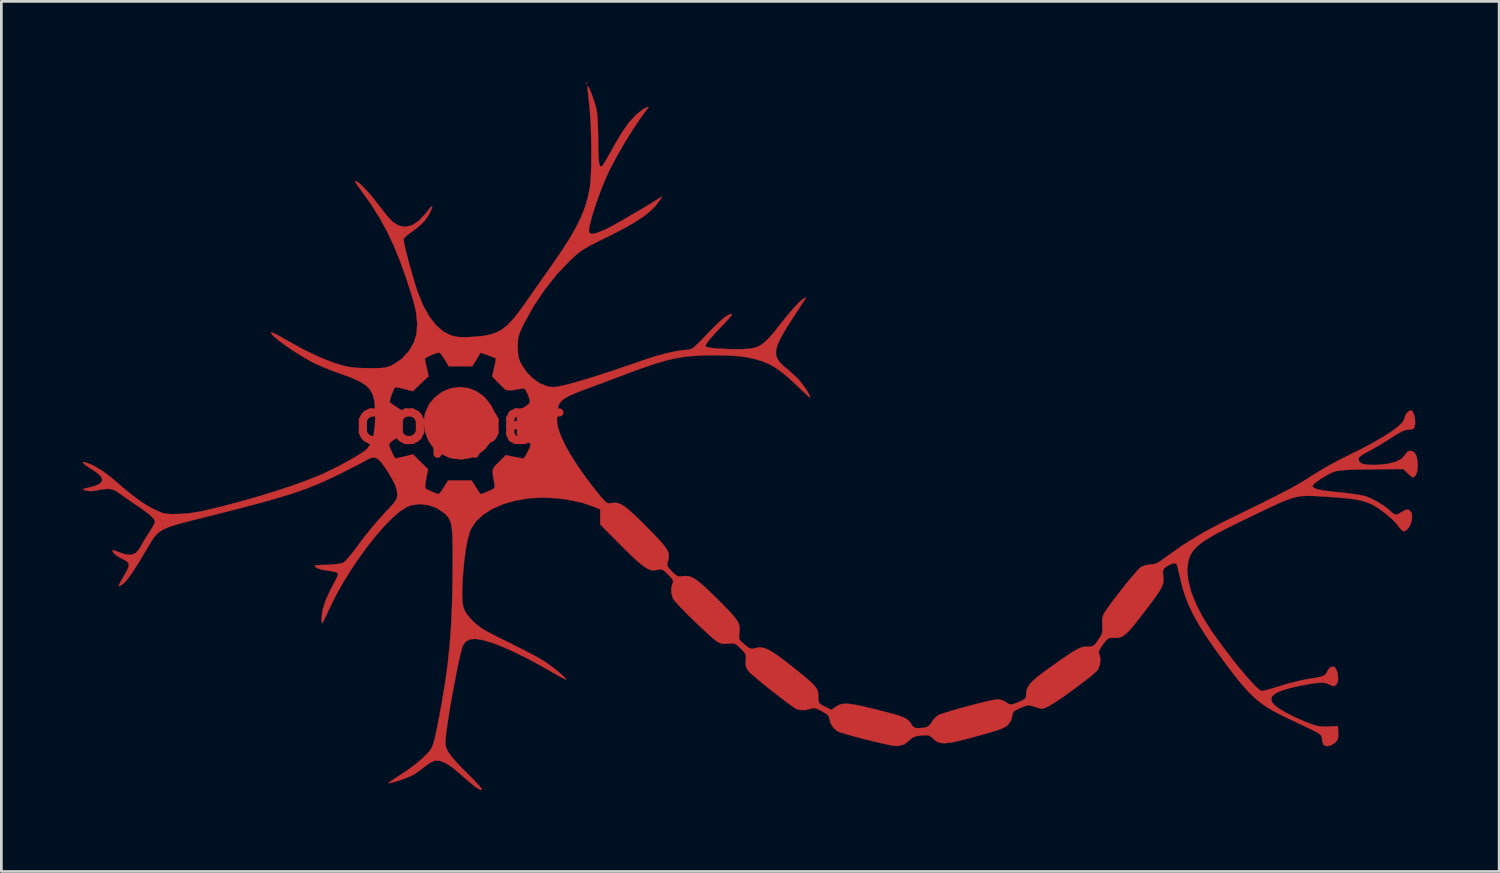
<source format=kicad_pcb>
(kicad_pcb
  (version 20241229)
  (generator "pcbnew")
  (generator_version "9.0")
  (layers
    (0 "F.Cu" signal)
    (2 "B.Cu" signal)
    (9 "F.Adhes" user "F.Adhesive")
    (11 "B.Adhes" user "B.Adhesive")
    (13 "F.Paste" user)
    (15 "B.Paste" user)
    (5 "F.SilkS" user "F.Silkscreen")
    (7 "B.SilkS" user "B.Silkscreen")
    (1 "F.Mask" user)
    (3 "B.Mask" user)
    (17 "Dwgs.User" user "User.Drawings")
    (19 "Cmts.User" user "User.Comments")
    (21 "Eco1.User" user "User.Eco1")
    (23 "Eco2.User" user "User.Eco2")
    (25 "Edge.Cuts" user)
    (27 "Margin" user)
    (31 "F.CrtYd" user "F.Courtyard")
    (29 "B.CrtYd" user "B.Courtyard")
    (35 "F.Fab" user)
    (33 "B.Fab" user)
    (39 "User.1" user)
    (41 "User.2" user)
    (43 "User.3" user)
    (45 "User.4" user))
  (footprint "copper"
    (layer "F.Cu")
    (at 13.9 12.502)
    (property "Reference" "copper" (at 0 0 0) (layer "F.Cu") (effects (font (size 1.524 1.524) (thickness 0.3))))
    (attr through_hole)
    (fp_poly (pts (xy 4.724 -12.471) (xy 4.699 -12.446) (xy 4.674 -12.471) (xy 4.699 -12.497) (xy 4.724 -12.471)) (stroke (width 0.01) (type solid)) (fill yes) (layer "F.Cu"))
    (fp_poly (pts (xy 0.339 -1.226) (xy 0.649 -1.105) (xy 0.925 -0.903) (xy 1.154 -0.623) (xy 1.194 -0.555) (xy 1.28 -0.382) (xy 1.326 -0.229) (xy 1.342 -0.049) (xy 1.343 0.076) (xy 1.295 0.432) (xy 1.166 0.747) (xy 0.969 1.011) (xy 0.717 1.215) (xy 0.423 1.35) (xy 0.1 1.407) (xy -0.24 1.375) (xy -0.39 1.331) (xy -0.706 1.183) (xy -0.948 0.984) (xy -1.134 0.719) (xy -1.27 0.372) (xy -1.31 0.023) (xy -1.255 -0.317) (xy -1.107 -0.633) (xy -0.922 -0.861) (xy -0.634 -1.084) (xy -0.318 -1.218) (xy 0.012 -1.264) (xy 0.339 -1.226)) (stroke (width 0.01) (type solid)) (fill yes) (layer "F.Cu"))
    (fp_poly (pts (xy 4.772 -12.351) (xy 4.822 -12.247) (xy 4.884 -12.093) (xy 4.95 -11.91) (xy 5.011 -11.723) (xy 5.059 -11.553) (xy 5.074 -11.491) (xy 5.093 -11.347) (xy 5.11 -11.126) (xy 5.123 -10.853) (xy 5.13 -10.551) (xy 5.132 -10.373) (xy 5.135 -10.015) (xy 5.144 -9.748) (xy 5.161 -9.564) (xy 5.187 -9.454) (xy 5.223 -9.408) (xy 5.272 -9.416) (xy 5.273 -9.417) (xy 5.314 -9.471) (xy 5.394 -9.598) (xy 5.502 -9.784) (xy 5.631 -10.011) (xy 5.72 -10.173) (xy 5.997 -10.646) (xy 6.263 -11.022) (xy 6.52 -11.308) (xy 6.773 -11.508) (xy 6.86 -11.558) (xy 6.967 -11.607) (xy 6.993 -11.6) (xy 6.979 -11.578) (xy 6.704 -11.207) (xy 6.409 -10.768) (xy 6.109 -10.286) (xy 5.822 -9.787) (xy 5.563 -9.297) (xy 5.562 -9.294) (xy 5.438 -9.031) (xy 5.311 -8.731) (xy 5.187 -8.411) (xy 5.071 -8.088) (xy 4.968 -7.776) (xy 4.883 -7.493) (xy 4.823 -7.256) (xy 4.792 -7.079) (xy 4.795 -6.981) (xy 4.842 -6.927) (xy 4.933 -6.917) (xy 5.083 -6.954) (xy 5.305 -7.04) (xy 5.334 -7.053) (xy 5.476 -7.121) (xy 5.686 -7.233) (xy 5.947 -7.378) (xy 6.241 -7.546) (xy 6.551 -7.727) (xy 6.857 -7.909) (xy 7.143 -8.084) (xy 7.366 -8.224) (xy 7.493 -8.306) (xy 7.398 -8.153) (xy 7.248 -7.952) (xy 7.051 -7.755) (xy 6.798 -7.554) (xy 6.478 -7.345) (xy 6.083 -7.12) (xy 5.604 -6.873) (xy 5.418 -6.782) (xy 5.102 -6.627) (xy 4.858 -6.503) (xy 4.669 -6.397) (xy 4.514 -6.297) (xy 4.374 -6.191) (xy 4.231 -6.067) (xy 4.087 -5.932) (xy 3.609 -5.431) (xy 3.153 -4.855) (xy 2.738 -4.234) (xy 2.385 -3.595) (xy 2.341 -3.505) (xy 2.246 -3.294) (xy 2.191 -3.127) (xy 2.166 -2.961) (xy 2.16 -2.752) (xy 2.16 -2.743) (xy 2.169 -2.512) (xy 2.199 -2.338) (xy 2.26 -2.178) (xy 2.295 -2.106) (xy 2.484 -1.822) (xy 2.721 -1.581) (xy 2.986 -1.398) (xy 3.26 -1.287) (xy 3.448 -1.261) (xy 3.611 -1.276) (xy 3.851 -1.323) (xy 4.17 -1.404) (xy 4.571 -1.519) (xy 5.057 -1.67) (xy 5.63 -1.856) (xy 6.292 -2.08) (xy 6.943 -2.304) (xy 7.267 -2.407) (xy 7.606 -2.499) (xy 7.931 -2.572) (xy 8.217 -2.622) (xy 8.437 -2.642) (xy 8.449 -2.642) (xy 8.519 -2.651) (xy 8.595 -2.686) (xy 8.691 -2.757) (xy 8.819 -2.875) (xy 8.993 -3.05) (xy 9.165 -3.23) (xy 9.431 -3.504) (xy 9.642 -3.706) (xy 9.808 -3.845) (xy 9.938 -3.927) (xy 10.041 -3.961) (xy 10.067 -3.962) (xy 10.061 -3.929) (xy 9.994 -3.839) (xy 9.878 -3.706) (xy 9.748 -3.569) (xy 9.484 -3.292) (xy 9.291 -3.077) (xy 9.166 -2.919) (xy 9.103 -2.813) (xy 9.093 -2.772) (xy 9.141 -2.742) (xy 9.27 -2.716) (xy 9.462 -2.694) (xy 9.697 -2.676) (xy 9.955 -2.665) (xy 10.217 -2.66) (xy 10.463 -2.664) (xy 10.674 -2.676) (xy 10.792 -2.69) (xy 10.955 -2.729) (xy 11.104 -2.796) (xy 11.254 -2.901) (xy 11.418 -3.056) (xy 11.609 -3.272) (xy 11.839 -3.561) (xy 11.875 -3.607) (xy 12.128 -3.924) (xy 12.352 -4.186) (xy 12.54 -4.383) (xy 12.683 -4.507) (xy 12.724 -4.533) (xy 12.79 -4.565) (xy 12.79 -4.54) (xy 12.743 -4.465) (xy 12.684 -4.375) (xy 12.584 -4.222) (xy 12.457 -4.028) (xy 12.328 -3.831) (xy 12.082 -3.447) (xy 11.897 -3.131) (xy 11.771 -2.872) (xy 11.704 -2.659) (xy 11.694 -2.478) (xy 11.741 -2.32) (xy 11.843 -2.171) (xy 11.998 -2.02) (xy 12.138 -1.907) (xy 12.524 -1.558) (xy 12.815 -1.176) (xy 12.904 -1.016) (xy 12.944 -0.931) (xy 12.958 -0.886) (xy 12.935 -0.886) (xy 12.868 -0.939) (xy 12.748 -1.049) (xy 12.567 -1.223) (xy 12.491 -1.296) (xy 12.18 -1.587) (xy 11.914 -1.81) (xy 11.676 -1.98) (xy 11.447 -2.108) (xy 11.208 -2.208) (xy 11.147 -2.229) (xy 10.863 -2.312) (xy 10.568 -2.372) (xy 10.241 -2.411) (xy 9.858 -2.431) (xy 9.423 -2.437) (xy 9.009 -2.432) (xy 8.641 -2.413) (xy 8.3 -2.378) (xy 7.966 -2.321) (xy 7.621 -2.24) (xy 7.245 -2.129) (xy 6.819 -1.986) (xy 6.323 -1.805) (xy 6.226 -1.768) (xy 5.88 -1.638) (xy 5.494 -1.494) (xy 5.11 -1.35) (xy 4.766 -1.223) (xy 4.676 -1.189) (xy 4.333 -1.058) (xy 4.074 -0.947) (xy 3.888 -0.844) (xy 3.762 -0.738) (xy 3.683 -0.619) (xy 3.639 -0.476) (xy 3.619 -0.297) (xy 3.616 -0.24) (xy 3.611 -0.033) (xy 3.628 0.138) (xy 3.674 0.315) (xy 3.754 0.537) (xy 3.898 0.854) (xy 4.105 1.224) (xy 4.364 1.632) (xy 4.665 2.061) (xy 4.996 2.493) (xy 5.024 2.529) (xy 5.196 2.74) (xy 5.319 2.884) (xy 5.407 2.973) (xy 5.474 3.017) (xy 5.536 3.029) (xy 5.605 3.021) (xy 5.615 3.019) (xy 5.734 3.005) (xy 5.848 3.017) (xy 5.968 3.06) (xy 6.106 3.144) (xy 6.272 3.276) (xy 6.478 3.463) (xy 6.735 3.713) (xy 6.897 3.874) (xy 7.18 4.161) (xy 7.397 4.39) (xy 7.555 4.572) (xy 7.66 4.719) (xy 7.72 4.842) (xy 7.742 4.952) (xy 7.733 5.061) (xy 7.709 5.156) (xy 7.681 5.264) (xy 7.691 5.344) (xy 7.749 5.431) (xy 7.852 5.542) (xy 7.978 5.662) (xy 8.074 5.719) (xy 8.171 5.728) (xy 8.215 5.722) (xy 8.354 5.709) (xy 8.483 5.723) (xy 8.616 5.77) (xy 8.764 5.86) (xy 8.94 6) (xy 9.158 6.198) (xy 9.431 6.462) (xy 9.465 6.495) (xy 9.749 6.778) (xy 9.968 7.003) (xy 10.129 7.181) (xy 10.24 7.324) (xy 10.31 7.443) (xy 10.345 7.552) (xy 10.355 7.66) (xy 10.346 7.781) (xy 10.345 7.792) (xy 10.331 7.944) (xy 10.344 8.042) (xy 10.401 8.124) (xy 10.518 8.227) (xy 10.535 8.242) (xy 10.668 8.347) (xy 10.76 8.394) (xy 10.847 8.396) (xy 10.93 8.374) (xy 11.059 8.347) (xy 11.191 8.353) (xy 11.337 8.397) (xy 11.511 8.485) (xy 11.725 8.625) (xy 11.991 8.821) (xy 12.243 9.017) (xy 12.555 9.265) (xy 12.796 9.462) (xy 12.975 9.617) (xy 13.1 9.741) (xy 13.183 9.845) (xy 13.23 9.938) (xy 13.252 10.032) (xy 13.259 10.136) (xy 13.259 10.16) (xy 13.263 10.309) (xy 13.292 10.398) (xy 13.367 10.464) (xy 13.496 10.533) (xy 13.733 10.653) (xy 13.91 10.534) (xy 14.01 10.475) (xy 14.117 10.438) (xy 14.245 10.423) (xy 14.41 10.432) (xy 14.625 10.465) (xy 14.904 10.523) (xy 15.263 10.608) (xy 15.387 10.639) (xy 15.766 10.734) (xy 16.059 10.814) (xy 16.279 10.883) (xy 16.437 10.947) (xy 16.549 11.011) (xy 16.625 11.081) (xy 16.68 11.161) (xy 16.688 11.177) (xy 16.76 11.281) (xy 16.858 11.323) (xy 16.956 11.328) (xy 17.166 11.314) (xy 17.305 11.267) (xy 17.403 11.172) (xy 17.443 11.106) (xy 17.547 10.966) (xy 17.674 10.857) (xy 17.679 10.854) (xy 17.779 10.811) (xy 17.959 10.751) (xy 18.199 10.678) (xy 18.478 10.598) (xy 18.778 10.516) (xy 19.079 10.437) (xy 19.361 10.367) (xy 19.604 10.311) (xy 19.789 10.274) (xy 19.894 10.262) (xy 20.05 10.294) (xy 20.181 10.363) (xy 20.271 10.429) (xy 20.347 10.456) (xy 20.438 10.444) (xy 20.578 10.394) (xy 20.669 10.356) (xy 20.82 10.287) (xy 20.899 10.226) (xy 20.927 10.151) (xy 20.93 10.097) (xy 20.94 9.963) (xy 20.977 9.841) (xy 21.051 9.718) (xy 21.173 9.585) (xy 21.351 9.43) (xy 21.597 9.242) (xy 21.877 9.04) (xy 22.2 8.812) (xy 22.453 8.638) (xy 22.649 8.509) (xy 22.802 8.42) (xy 22.924 8.364) (xy 23.027 8.332) (xy 23.124 8.32) (xy 23.205 8.319) (xy 23.33 8.315) (xy 23.416 8.284) (xy 23.495 8.207) (xy 23.594 8.067) (xy 23.691 7.912) (xy 23.738 7.793) (xy 23.748 7.664) (xy 23.738 7.544) (xy 23.737 7.291) (xy 23.784 7.13) (xy 23.856 7.012) (xy 23.976 6.838) (xy 24.132 6.626) (xy 24.311 6.391) (xy 24.501 6.148) (xy 24.69 5.913) (xy 24.865 5.703) (xy 25.013 5.532) (xy 25.122 5.417) (xy 25.169 5.378) (xy 25.326 5.315) (xy 25.506 5.284) (xy 25.531 5.283) (xy 25.651 5.272) (xy 25.768 5.231) (xy 25.908 5.147) (xy 26.09 5.013) (xy 26.73 4.56) (xy 27.446 4.122) (xy 28.21 3.716) (xy 28.296 3.674) (xy 28.858 3.4) (xy 29.338 3.165) (xy 29.746 2.964) (xy 30.09 2.791) (xy 30.381 2.642) (xy 30.627 2.513) (xy 30.839 2.397) (xy 31.026 2.29) (xy 31.197 2.187) (xy 31.362 2.083) (xy 31.445 2.029) (xy 31.741 1.846) (xy 32.076 1.65) (xy 32.412 1.466) (xy 32.706 1.317) (xy 32.709 1.316) (xy 33.237 1.056) (xy 33.702 0.81) (xy 34.098 0.581) (xy 34.421 0.373) (xy 34.665 0.188) (xy 34.825 0.031) (xy 34.896 -0.096) (xy 34.9 -0.123) (xy 34.936 -0.242) (xy 35.022 -0.349) (xy 35.124 -0.405) (xy 35.141 -0.406) (xy 35.198 -0.361) (xy 35.248 -0.246) (xy 35.282 -0.095) (xy 35.291 0.06) (xy 35.283 0.13) (xy 35.252 0.246) (xy 35.194 0.294) (xy 35.074 0.305) (xy 35.061 0.305) (xy 34.949 0.319) (xy 34.816 0.368) (xy 34.643 0.461) (xy 34.411 0.607) (xy 34.39 0.62) (xy 34.15 0.772) (xy 33.895 0.925) (xy 33.665 1.056) (xy 33.553 1.115) (xy 33.355 1.224) (xy 33.241 1.31) (xy 33.199 1.383) (xy 33.198 1.395) (xy 33.233 1.5) (xy 33.342 1.57) (xy 33.533 1.606) (xy 33.812 1.612) (xy 33.917 1.608) (xy 34.285 1.568) (xy 34.577 1.494) (xy 34.786 1.388) (xy 34.905 1.253) (xy 34.907 1.249) (xy 35.004 1.121) (xy 35.125 1.085) (xy 35.252 1.144) (xy 35.27 1.161) (xy 35.337 1.283) (xy 35.376 1.464) (xy 35.386 1.666) (xy 35.365 1.854) (xy 35.313 1.992) (xy 35.294 2.015) (xy 35.236 2.063) (xy 35.181 2.062) (xy 35.102 2.002) (xy 35.029 1.933) (xy 34.852 1.762) (xy 33.695 1.772) (xy 33.274 1.777) (xy 32.942 1.786) (xy 32.687 1.8) (xy 32.499 1.818) (xy 32.363 1.842) (xy 32.309 1.857) (xy 32.16 1.921) (xy 31.983 2.016) (xy 31.804 2.126) (xy 31.649 2.236) (xy 31.542 2.328) (xy 31.509 2.374) (xy 31.519 2.432) (xy 31.596 2.482) (xy 31.749 2.526) (xy 31.984 2.566) (xy 32.31 2.604) (xy 32.454 2.618) (xy 32.743 2.649) (xy 33.019 2.685) (xy 33.255 2.722) (xy 33.424 2.757) (xy 33.456 2.766) (xy 33.655 2.845) (xy 33.886 2.965) (xy 34.115 3.106) (xy 34.308 3.248) (xy 34.412 3.345) (xy 34.525 3.436) (xy 34.64 3.439) (xy 34.782 3.354) (xy 34.784 3.353) (xy 34.94 3.265) (xy 35.063 3.269) (xy 35.148 3.365) (xy 35.156 3.384) (xy 35.178 3.539) (xy 35.149 3.714) (xy 35.082 3.879) (xy 34.989 4.005) (xy 34.883 4.063) (xy 34.867 4.064) (xy 34.801 4.025) (xy 34.711 3.925) (xy 34.663 3.858) (xy 34.561 3.735) (xy 34.402 3.58) (xy 34.215 3.419) (xy 34.128 3.352) (xy 33.926 3.207) (xy 33.737 3.092) (xy 33.544 3.003) (xy 33.331 2.935) (xy 33.08 2.883) (xy 32.774 2.843) (xy 32.396 2.811) (xy 32.07 2.789) (xy 31.764 2.769) (xy 31.513 2.756) (xy 31.301 2.752) (xy 31.113 2.761) (xy 30.936 2.786) (xy 30.753 2.833) (xy 30.551 2.904) (xy 30.314 3.002) (xy 30.028 3.132) (xy 29.678 3.298) (xy 29.286 3.485) (xy 28.765 3.736) (xy 28.329 3.952) (xy 27.97 4.14) (xy 27.679 4.306) (xy 27.449 4.454) (xy 27.272 4.591) (xy 27.138 4.723) (xy 27.041 4.856) (xy 26.97 4.994) (xy 26.92 5.145) (xy 26.918 5.151) (xy 26.876 5.481) (xy 26.911 5.863) (xy 27.02 6.288) (xy 27.2 6.746) (xy 27.447 7.227) (xy 27.759 7.722) (xy 27.776 7.747) (xy 28.025 8.098) (xy 28.282 8.445) (xy 28.539 8.779) (xy 28.788 9.09) (xy 29.021 9.368) (xy 29.229 9.604) (xy 29.404 9.787) (xy 29.538 9.908) (xy 29.623 9.956) (xy 29.629 9.957) (xy 29.716 9.942) (xy 29.877 9.9) (xy 30.09 9.839) (xy 30.331 9.764) (xy 30.349 9.759) (xy 30.638 9.673) (xy 30.946 9.594) (xy 31.233 9.531) (xy 31.42 9.499) (xy 31.671 9.46) (xy 31.841 9.42) (xy 31.949 9.368) (xy 32.017 9.296) (xy 32.059 9.208) (xy 32.139 9.091) (xy 32.243 9.053) (xy 32.33 9.089) (xy 32.394 9.193) (xy 32.436 9.354) (xy 32.446 9.527) (xy 32.433 9.62) (xy 32.368 9.744) (xy 32.262 9.776) (xy 32.123 9.718) (xy 32.023 9.671) (xy 31.894 9.649) (xy 31.719 9.653) (xy 31.481 9.682) (xy 31.166 9.738) (xy 31.09 9.753) (xy 30.673 9.845) (xy 30.356 9.942) (xy 30.136 10.043) (xy 30.009 10.152) (xy 29.974 10.269) (xy 30.028 10.397) (xy 30.111 10.488) (xy 30.272 10.609) (xy 30.511 10.751) (xy 30.806 10.902) (xy 31.138 11.052) (xy 31.315 11.124) (xy 31.541 11.208) (xy 31.718 11.254) (xy 31.89 11.271) (xy 32.077 11.268) (xy 32.436 11.252) (xy 32.451 11.493) (xy 32.451 11.658) (xy 32.415 11.769) (xy 32.339 11.861) (xy 32.178 11.966) (xy 32.058 11.989) (xy 31.966 11.98) (xy 31.909 11.94) (xy 31.873 11.845) (xy 31.843 11.673) (xy 31.841 11.659) (xy 31.831 11.621) (xy 31.806 11.583) (xy 31.756 11.541) (xy 31.67 11.487) (xy 31.536 11.415) (xy 31.344 11.321) (xy 31.084 11.197) (xy 30.745 11.037) (xy 30.667 11.001) (xy 30.329 10.838) (xy 30.037 10.684) (xy 29.78 10.53) (xy 29.547 10.363) (xy 29.325 10.174) (xy 29.103 9.952) (xy 28.869 9.686) (xy 28.612 9.366) (xy 28.32 8.98) (xy 28.048 8.611) (xy 27.675 8.082) (xy 27.368 7.61) (xy 27.12 7.178) (xy 26.925 6.772) (xy 26.775 6.38) (xy 26.661 5.986) (xy 26.64 5.894) (xy 26.586 5.662) (xy 26.539 5.466) (xy 26.504 5.329) (xy 26.485 5.271) (xy 26.406 5.234) (xy 26.27 5.272) (xy 26.137 5.347) (xy 26.035 5.419) (xy 25.987 5.486) (xy 25.979 5.586) (xy 25.992 5.725) (xy 26.001 5.836) (xy 25.995 5.938) (xy 25.967 6.045) (xy 25.911 6.167) (xy 25.82 6.318) (xy 25.687 6.51) (xy 25.505 6.756) (xy 25.268 7.067) (xy 25.237 7.107) (xy 25.008 7.402) (xy 24.826 7.625) (xy 24.681 7.785) (xy 24.56 7.891) (xy 24.452 7.955) (xy 24.345 7.986) (xy 24.229 7.993) (xy 24.19 7.992) (xy 24.057 7.991) (xy 23.966 8.015) (xy 23.887 8.081) (xy 23.788 8.208) (xy 23.764 8.24) (xy 23.658 8.398) (xy 23.613 8.504) (xy 23.619 8.579) (xy 23.624 8.589) (xy 23.669 8.763) (xy 23.655 8.968) (xy 23.585 9.158) (xy 23.578 9.169) (xy 23.508 9.245) (xy 23.37 9.366) (xy 23.178 9.52) (xy 22.95 9.695) (xy 22.701 9.881) (xy 22.446 10.065) (xy 22.202 10.236) (xy 21.984 10.381) (xy 21.809 10.49) (xy 21.728 10.534) (xy 21.606 10.59) (xy 21.513 10.608) (xy 21.405 10.59) (xy 21.265 10.545) (xy 21.118 10.498) (xy 21.015 10.483) (xy 20.912 10.502) (xy 20.771 10.559) (xy 20.712 10.585) (xy 20.551 10.661) (xy 20.464 10.722) (xy 20.428 10.791) (xy 20.422 10.868) (xy 20.376 11.039) (xy 20.28 11.18) (xy 20.222 11.238) (xy 20.148 11.289) (xy 20.044 11.339) (xy 19.897 11.394) (xy 19.69 11.459) (xy 19.411 11.54) (xy 19.15 11.613) (xy 18.735 11.725) (xy 18.405 11.806) (xy 18.146 11.858) (xy 17.947 11.881) (xy 17.793 11.876) (xy 17.674 11.843) (xy 17.576 11.785) (xy 17.512 11.729) (xy 17.415 11.639) (xy 17.328 11.596) (xy 17.214 11.586) (xy 17.058 11.597) (xy 16.87 11.623) (xy 16.744 11.671) (xy 16.638 11.758) (xy 16.619 11.778) (xy 16.426 11.927) (xy 16.203 11.985) (xy 16.04 11.978) (xy 15.892 11.951) (xy 15.679 11.906) (xy 15.42 11.845) (xy 15.135 11.775) (xy 14.843 11.701) (xy 14.563 11.627) (xy 14.315 11.558) (xy 14.119 11.5) (xy 13.993 11.457) (xy 13.964 11.443) (xy 13.814 11.313) (xy 13.706 11.138) (xy 13.665 10.965) (xy 13.643 10.884) (xy 13.565 10.806) (xy 13.412 10.714) (xy 13.384 10.699) (xy 13.218 10.618) (xy 13.108 10.585) (xy 13.022 10.592) (xy 12.975 10.61) (xy 12.771 10.662) (xy 12.557 10.653) (xy 12.43 10.61) (xy 12.33 10.546) (xy 12.169 10.43) (xy 11.965 10.277) (xy 11.732 10.098) (xy 11.489 9.906) (xy 11.251 9.716) (xy 11.035 9.539) (xy 10.857 9.388) (xy 10.734 9.278) (xy 10.692 9.235) (xy 10.606 9.114) (xy 10.573 8.997) (xy 10.579 8.832) (xy 10.586 8.69) (xy 10.565 8.591) (xy 10.499 8.495) (xy 10.391 8.385) (xy 10.266 8.268) (xy 10.173 8.211) (xy 10.075 8.197) (xy 9.95 8.209) (xy 9.729 8.213) (xy 9.563 8.16) (xy 9.47 8.094) (xy 9.322 7.971) (xy 9.134 7.802) (xy 8.92 7.603) (xy 8.694 7.388) (xy 8.471 7.17) (xy 8.266 6.963) (xy 8.092 6.781) (xy 7.964 6.638) (xy 7.897 6.549) (xy 7.896 6.546) (xy 7.834 6.345) (xy 7.833 6.132) (xy 7.879 5.984) (xy 7.901 5.916) (xy 7.879 5.845) (xy 7.801 5.748) (xy 7.714 5.658) (xy 7.587 5.536) (xy 7.5 5.476) (xy 7.421 5.463) (xy 7.322 5.485) (xy 7.319 5.485) (xy 7.203 5.505) (xy 7.085 5.493) (xy 6.954 5.442) (xy 6.8 5.345) (xy 6.614 5.196) (xy 6.385 4.987) (xy 6.103 4.711) (xy 5.969 4.577) (xy 5.207 3.809) (xy 5.207 3.253) (xy 4.978 3.155) (xy 4.53 3.002) (xy 3.989 2.89) (xy 3.626 2.843) (xy 3.089 2.815) (xy 2.569 2.844) (xy 2.078 2.927) (xy 1.626 3.058) (xy 1.224 3.233) (xy 0.884 3.449) (xy 0.616 3.7) (xy 0.431 3.984) (xy 0.388 4.091) (xy 0.308 4.385) (xy 0.238 4.763) (xy 0.181 5.208) (xy 0.138 5.703) (xy 0.124 5.944) (xy 0.111 6.299) (xy 0.114 6.574) (xy 0.139 6.788) (xy 0.192 6.96) (xy 0.277 7.112) (xy 0.4 7.262) (xy 0.501 7.368) (xy 0.611 7.471) (xy 0.726 7.565) (xy 0.861 7.658) (xy 1.033 7.76) (xy 1.256 7.879) (xy 1.545 8.024) (xy 1.805 8.152) (xy 2.125 8.311) (xy 2.436 8.47) (xy 2.718 8.618) (xy 2.952 8.746) (xy 3.119 8.844) (xy 3.149 8.863) (xy 3.327 8.985) (xy 3.509 9.122) (xy 3.679 9.26) (xy 3.82 9.383) (xy 3.916 9.478) (xy 3.948 9.53) (xy 3.946 9.533) (xy 3.897 9.517) (xy 3.779 9.457) (xy 3.609 9.364) (xy 3.404 9.246) (xy 3.398 9.242) (xy 2.946 8.984) (xy 2.489 8.741) (xy 2.047 8.523) (xy 1.642 8.34) (xy 1.294 8.202) (xy 1.221 8.177) (xy 0.873 8.075) (xy 0.6 8.032) (xy 0.394 8.05) (xy 0.244 8.129) (xy 0.142 8.272) (xy 0.097 8.397) (xy 0.035 8.648) (xy -0.035 8.963) (xy -0.109 9.324) (xy -0.185 9.716) (xy -0.259 10.121) (xy -0.329 10.522) (xy -0.392 10.902) (xy -0.443 11.244) (xy -0.482 11.531) (xy -0.504 11.747) (xy -0.508 11.838) (xy -0.498 11.966) (xy -0.462 12.091) (xy -0.392 12.226) (xy -0.278 12.383) (xy -0.114 12.572) (xy 0.11 12.808) (xy 0.367 13.064) (xy 0.599 13.3) (xy 0.754 13.47) (xy 0.832 13.574) (xy 0.832 13.614) (xy 0.754 13.588) (xy 0.635 13.519) (xy 0.533 13.445) (xy 0.382 13.321) (xy 0.203 13.166) (xy 0.081 13.056) (xy -0.227 12.795) (xy -0.488 12.622) (xy -0.708 12.532) (xy -0.89 12.525) (xy -0.9 12.527) (xy -1.018 12.578) (xy -1.171 12.672) (xy -1.27 12.747) (xy -1.434 12.874) (xy -1.6 12.991) (xy -1.676 13.041) (xy -1.801 13.102) (xy -1.98 13.174) (xy -2.183 13.247) (xy -2.378 13.309) (xy -2.534 13.35) (xy -2.607 13.36) (xy -2.592 13.336) (xy -2.505 13.271) (xy -2.363 13.176) (xy -2.258 13.11) (xy -1.906 12.877) (xy -1.584 12.636) (xy -1.313 12.403) (xy -1.113 12.195) (xy -1.101 12.18) (xy -1.042 12.097) (xy -0.991 11.999) (xy -0.945 11.87) (xy -0.898 11.692) (xy -0.844 11.447) (xy -0.782 11.14) (xy -0.636 10.362) (xy -0.517 9.638) (xy -0.422 8.944) (xy -0.35 8.257) (xy -0.299 7.553) (xy -0.265 6.807) (xy -0.246 5.997) (xy -0.242 5.537) (xy -0.24 5.052) (xy -0.241 4.657) (xy -0.246 4.342) (xy -0.258 4.094) (xy -0.277 3.902) (xy -0.306 3.755) (xy -0.346 3.642) (xy -0.4 3.551) (xy -0.467 3.471) (xy -0.551 3.391) (xy -0.559 3.384) (xy -0.826 3.204) (xy -1.134 3.093) (xy -1.458 3.057) (xy -1.769 3.1) (xy -1.925 3.159) (xy -2.166 3.311) (xy -2.441 3.543) (xy -2.74 3.844) (xy -3.055 4.203) (xy -3.378 4.607) (xy -3.699 5.047) (xy -4.01 5.509) (xy -4.301 5.982) (xy -4.565 6.455) (xy -4.791 6.917) (xy -4.803 6.942) (xy -4.896 7.145) (xy -4.975 7.312) (xy -5.031 7.422) (xy -5.05 7.455) (xy -5.068 7.428) (xy -5.078 7.326) (xy -5.08 7.255) (xy -5.043 6.965) (xy -4.933 6.619) (xy -4.756 6.229) (xy -4.652 6.035) (xy -4.54 5.826) (xy -4.483 5.689) (xy -4.476 5.613) (xy -4.488 5.596) (xy -4.567 5.565) (xy -4.713 5.534) (xy -4.865 5.512) (xy -5.051 5.48) (xy -5.208 5.433) (xy -5.286 5.392) (xy -5.328 5.354) (xy -5.327 5.329) (xy -5.27 5.314) (xy -5.142 5.305) (xy -4.928 5.3) (xy -4.905 5.299) (xy -4.665 5.288) (xy -4.458 5.265) (xy -4.313 5.234) (xy -4.283 5.223) (xy -4.201 5.156) (xy -4.077 5.021) (xy -3.922 4.832) (xy -3.752 4.606) (xy -3.711 4.55) (xy -3.501 4.269) (xy -3.253 3.96) (xy -3 3.661) (xy -2.782 3.421) (xy -2.585 3.212) (xy -2.448 3.06) (xy -2.361 2.947) (xy -2.312 2.859) (xy -2.291 2.779) (xy -2.286 2.692) (xy -2.303 2.538) (xy -2.357 2.365) (xy -2.458 2.157) (xy -2.612 1.898) (xy -2.73 1.714) (xy -2.883 1.503) (xy -3.014 1.378) (xy -3.141 1.332) (xy -3.278 1.358) (xy -3.396 1.419) (xy -3.503 1.478) (xy -3.682 1.572) (xy -3.912 1.692) (xy -4.176 1.825) (xy -4.381 1.928) (xy -4.688 2.078) (xy -4.981 2.213) (xy -5.271 2.339) (xy -5.568 2.458) (xy -5.883 2.573) (xy -6.226 2.687) (xy -6.607 2.805) (xy -7.037 2.929) (xy -7.526 3.063) (xy -8.085 3.21) (xy -8.723 3.373) (xy -9.347 3.53) (xy -9.806 3.645) (xy -10.179 3.741) (xy -10.478 3.825) (xy -10.713 3.903) (xy -10.899 3.982) (xy -11.045 4.068) (xy -11.164 4.17) (xy -11.269 4.292) (xy -11.37 4.442) (xy -11.48 4.626) (xy -11.567 4.775) (xy -11.816 5.193) (xy -12.031 5.531) (xy -12.211 5.786) (xy -12.353 5.955) (xy -12.428 6.02) (xy -12.523 6.074) (xy -12.573 6.088) (xy -12.573 6.087) (xy -12.557 6.039) (xy -12.5 5.926) (xy -12.413 5.772) (xy -12.394 5.74) (xy -12.27 5.524) (xy -12.203 5.373) (xy -12.192 5.269) (xy -12.24 5.192) (xy -12.348 5.122) (xy -12.436 5.078) (xy -12.653 4.957) (xy -12.772 4.846) (xy -12.801 4.764) (xy -12.76 4.761) (xy -12.654 4.794) (xy -12.569 4.828) (xy -12.307 4.917) (xy -12.102 4.929) (xy -11.94 4.862) (xy -11.807 4.711) (xy -11.761 4.629) (xy -11.666 4.461) (xy -11.542 4.257) (xy -11.433 4.089) (xy -11.331 3.928) (xy -11.258 3.792) (xy -11.227 3.708) (xy -11.227 3.705) (xy -11.26 3.618) (xy -11.365 3.502) (xy -11.547 3.353) (xy -11.812 3.164) (xy -11.913 3.097) (xy -12.122 2.956) (xy -12.328 2.812) (xy -12.497 2.692) (xy -12.542 2.658) (xy -12.693 2.558) (xy -12.837 2.505) (xy -13.004 2.494) (xy -13.222 2.521) (xy -13.359 2.548) (xy -13.6 2.58) (xy -13.778 2.56) (xy -13.794 2.555) (xy -13.873 2.526) (xy -13.887 2.504) (xy -13.826 2.481) (xy -13.678 2.448) (xy -13.654 2.442) (xy -13.394 2.369) (xy -13.234 2.278) (xy -13.174 2.171) (xy -13.215 2.048) (xy -13.356 1.909) (xy -13.509 1.806) (xy -13.669 1.703) (xy -13.799 1.611) (xy -13.866 1.552) (xy -13.895 1.505) (xy -13.855 1.501) (xy -13.773 1.522) (xy -13.495 1.636) (xy -13.18 1.823) (xy -12.843 2.075) (xy -12.717 2.182) (xy -12.35 2.497) (xy -12.039 2.748) (xy -11.769 2.948) (xy -11.526 3.106) (xy -11.295 3.232) (xy -11.278 3.241) (xy -11.091 3.33) (xy -10.946 3.385) (xy -10.807 3.414) (xy -10.636 3.425) (xy -10.414 3.425) (xy -9.987 3.399) (xy -9.524 3.324) (xy -9.33 3.282) (xy -8.683 3.124) (xy -8.023 2.948) (xy -7.367 2.76) (xy -6.735 2.565) (xy -6.145 2.369) (xy -5.614 2.177) (xy -5.162 1.996) (xy -5.086 1.963) (xy -4.783 1.823) (xy -4.469 1.667) (xy -4.162 1.503) (xy -3.881 1.343) (xy -3.643 1.198) (xy -3.468 1.076) (xy -3.395 1.015) (xy -3.279 0.844) (xy -2.59 0.844) (xy -2.571 0.926) (xy -2.523 1.052) (xy -2.461 1.189) (xy -2.4 1.305) (xy -2.355 1.367) (xy -2.347 1.37) (xy -2.282 1.358) (xy -2.15 1.328) (xy -2.007 1.295) (xy -1.702 1.222) (xy -1.425 1.497) (xy -1.149 1.773) (xy -1.215 2.108) (xy -1.244 2.283) (xy -1.255 2.416) (xy -1.246 2.479) (xy -1.183 2.516) (xy -1.063 2.572) (xy -0.926 2.631) (xy -0.809 2.675) (xy -0.757 2.69) (xy -0.716 2.652) (xy -0.641 2.55) (xy -0.568 2.438) (xy -0.411 2.184) (xy 0.461 2.184) (xy 0.619 2.438) (xy 0.707 2.574) (xy 0.773 2.666) (xy 0.798 2.692) (xy 0.853 2.674) (xy 0.971 2.627) (xy 1.075 2.582) (xy 1.221 2.516) (xy 1.294 2.463) (xy 1.313 2.396) (xy 1.298 2.29) (xy 1.256 2.057) (xy 1.235 1.897) (xy 1.243 1.786) (xy 1.283 1.698) (xy 1.362 1.606) (xy 1.469 1.501) (xy 1.726 1.249) (xy 2.022 1.311) (xy 2.19 1.343) (xy 2.319 1.366) (xy 2.372 1.372) (xy 2.413 1.33) (xy 2.477 1.226) (xy 2.547 1.093) (xy 2.607 0.961) (xy 2.64 0.864) (xy 2.642 0.846) (xy 2.602 0.808) (xy 2.499 0.736) (xy 2.388 0.665) (xy 2.134 0.509) (xy 2.134 -0.357) (xy 2.389 -0.514) (xy 2.523 -0.6) (xy 2.596 -0.67) (xy 2.612 -0.753) (xy 2.578 -0.876) (xy 2.505 -1.056) (xy 2.448 -1.17) (xy 2.384 -1.211) (xy 2.271 -1.202) (xy 2.257 -1.2) (xy 2.032 -1.159) (xy 1.88 -1.138) (xy 1.776 -1.145) (xy 1.692 -1.184) (xy 1.603 -1.263) (xy 1.484 -1.384) (xy 1.216 -1.657) (xy 1.292 -1.982) (xy 1.329 -2.149) (xy 1.352 -2.27) (xy 1.357 -2.318) (xy 1.303 -2.345) (xy 1.19 -2.391) (xy 1.051 -2.444) (xy 0.916 -2.492) (xy 0.819 -2.524) (xy 0.79 -2.529) (xy 0.76 -2.482) (xy 0.694 -2.374) (xy 0.632 -2.273) (xy 0.483 -2.032) (xy -0.385 -2.032) (xy -0.536 -2.285) (xy -0.626 -2.422) (xy -0.705 -2.514) (xy -0.745 -2.539) (xy -0.831 -2.52) (xy -0.96 -2.473) (xy -1.097 -2.412) (xy -1.21 -2.351) (xy -1.266 -2.306) (xy -1.268 -2.301) (xy -1.256 -2.233) (xy -1.227 -2.099) (xy -1.194 -1.958) (xy -1.158 -1.799) (xy -1.136 -1.689) (xy -1.134 -1.653) (xy -1.173 -1.62) (xy -1.267 -1.533) (xy -1.398 -1.41) (xy -1.429 -1.381) (xy -1.712 -1.111) (xy -2.03 -1.193) (xy -2.195 -1.233) (xy -2.316 -1.257) (xy -2.365 -1.259) (xy -2.406 -1.19) (xy -2.459 -1.066) (xy -2.513 -0.924) (xy -2.553 -0.796) (xy -2.567 -0.719) (xy -2.565 -0.711) (xy -2.511 -0.662) (xy -2.398 -0.582) (xy -2.311 -0.525) (xy -2.083 -0.381) (xy -2.083 0.053) (xy -2.083 0.487) (xy -2.336 0.637) (xy -2.473 0.728) (xy -2.565 0.806) (xy -2.59 0.844) (xy -3.279 0.844) (xy -3.255 0.808) (xy -3.159 0.513) (xy -3.108 0.127) (xy -3.099 -0.174) (xy -3.107 -0.516) (xy -3.138 -0.792) (xy -3.202 -1.014) (xy -3.31 -1.196) (xy -3.473 -1.349) (xy -3.701 -1.486) (xy -4.006 -1.619) (xy -4.396 -1.762) (xy -4.463 -1.785) (xy -4.741 -1.887) (xy -5.027 -2.003) (xy -5.284 -2.117) (xy -5.436 -2.192) (xy -5.706 -2.344) (xy -5.978 -2.51) (xy -6.24 -2.681) (xy -6.478 -2.847) (xy -6.68 -3) (xy -6.834 -3.13) (xy -6.926 -3.227) (xy -6.944 -3.284) (xy -6.942 -3.286) (xy -6.89 -3.273) (xy -6.768 -3.216) (xy -6.596 -3.125) (xy -6.392 -3.008) (xy -6.39 -3.007) (xy -5.788 -2.672) (xy -5.22 -2.396) (xy -4.699 -2.186) (xy -4.445 -2.102) (xy -4.216 -2.04) (xy -4.011 -1.999) (xy -3.793 -1.975) (xy -3.528 -1.964) (xy -3.353 -1.961) (xy -3.083 -1.96) (xy -2.89 -1.966) (xy -2.748 -1.981) (xy -2.632 -2.009) (xy -2.517 -2.055) (xy -2.426 -2.099) (xy -2.11 -2.311) (xy -1.846 -2.607) (xy -1.665 -2.925) (xy -1.571 -3.245) (xy -1.548 -3.626) (xy -1.596 -4.059) (xy -1.697 -4.47) (xy -1.933 -5.218) (xy -2.169 -5.88) (xy -2.411 -6.475) (xy -2.668 -7.018) (xy -2.947 -7.527) (xy -3.258 -8.017) (xy -3.606 -8.505) (xy -3.642 -8.552) (xy -3.748 -8.698) (xy -3.822 -8.811) (xy -3.848 -8.868) (xy -3.847 -8.87) (xy -3.789 -8.861) (xy -3.682 -8.783) (xy -3.539 -8.649) (xy -3.371 -8.47) (xy -3.19 -8.26) (xy -3.01 -8.03) (xy -3.004 -8.023) (xy -2.839 -7.808) (xy -2.68 -7.611) (xy -2.544 -7.454) (xy -2.448 -7.357) (xy -2.444 -7.353) (xy -2.215 -7.215) (xy -1.979 -7.177) (xy -1.738 -7.239) (xy -1.492 -7.401) (xy -1.245 -7.662) (xy -1.199 -7.722) (xy -1.079 -7.871) (xy -1.01 -7.934) (xy -0.994 -7.912) (xy -1.032 -7.804) (xy -1.12 -7.62) (xy -1.287 -7.384) (xy -1.55 -7.14) (xy -1.785 -6.969) (xy -1.921 -6.867) (xy -2.02 -6.774) (xy -2.051 -6.731) (xy -2.047 -6.659) (xy -2.018 -6.507) (xy -1.968 -6.293) (xy -1.903 -6.035) (xy -1.827 -5.751) (xy -1.744 -5.457) (xy -1.66 -5.171) (xy -1.579 -4.912) (xy -1.533 -4.775) (xy -1.333 -4.281) (xy -1.103 -3.869) (xy -0.849 -3.542) (xy -0.572 -3.306) (xy -0.308 -3.176) (xy -0.149 -3.132) (xy 0.014 -3.108) (xy 0.213 -3.104) (xy 0.479 -3.115) (xy 0.824 -3.144) (xy 1.113 -3.193) (xy 1.36 -3.272) (xy 1.582 -3.391) (xy 1.792 -3.559) (xy 2.007 -3.788) (xy 2.241 -4.087) (xy 2.486 -4.431) (xy 2.695 -4.73) (xy 2.931 -5.068) (xy 3.168 -5.404) (xy 3.378 -5.701) (xy 3.406 -5.74) (xy 3.771 -6.27) (xy 4.072 -6.74) (xy 4.315 -7.164) (xy 4.505 -7.554) (xy 4.65 -7.924) (xy 4.755 -8.287) (xy 4.825 -8.636) (xy 4.85 -8.868) (xy 4.868 -9.181) (xy 4.877 -9.552) (xy 4.88 -9.961) (xy 4.875 -10.386) (xy 4.862 -10.807) (xy 4.843 -11.203) (xy 4.817 -11.551) (xy 4.801 -11.705) (xy 4.773 -11.951) (xy 4.753 -12.158) (xy 4.742 -12.306) (xy 4.742 -12.377) (xy 4.743 -12.38) (xy 4.772 -12.351)) (stroke (width 0.01) (type solid)) (fill yes) (layer "F.Cu")))
  (gr_rect
    (start -3 -3)
    (end 52.291 29.12)
    (stroke (width 0.1) (type default))
    (fill no)
    (layer "Edge.Cuts")))
</source>
